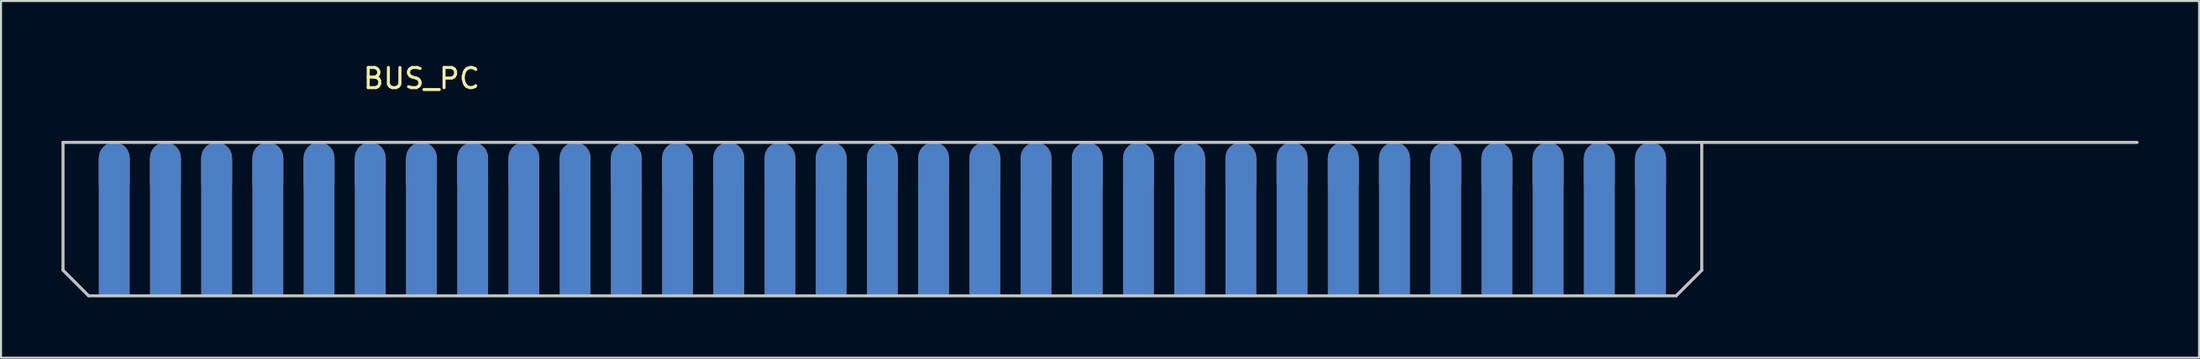
<source format=kicad_pcb>
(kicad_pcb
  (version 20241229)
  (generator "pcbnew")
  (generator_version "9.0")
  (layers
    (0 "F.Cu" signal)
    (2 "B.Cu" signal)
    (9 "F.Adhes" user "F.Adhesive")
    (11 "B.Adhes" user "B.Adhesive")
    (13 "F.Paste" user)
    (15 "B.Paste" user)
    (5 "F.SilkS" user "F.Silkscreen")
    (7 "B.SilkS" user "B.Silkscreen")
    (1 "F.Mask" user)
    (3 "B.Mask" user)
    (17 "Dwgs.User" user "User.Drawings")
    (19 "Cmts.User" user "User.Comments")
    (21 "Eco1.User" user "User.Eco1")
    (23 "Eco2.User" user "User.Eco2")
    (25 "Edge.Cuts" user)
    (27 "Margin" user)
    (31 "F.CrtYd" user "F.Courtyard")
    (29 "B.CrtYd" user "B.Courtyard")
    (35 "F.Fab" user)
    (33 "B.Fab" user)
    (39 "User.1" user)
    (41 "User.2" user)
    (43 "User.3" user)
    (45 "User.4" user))
  (footprint "BUS_PC"
    (layer "F.Cu")
    (at 40.716 7.833)
    (property "Reference" "BUS_PC" (at -22.86 -6.985 0) (layer "F.SilkS") (effects (font (size 1 1) (thickness 0.15))))
    (attr through_hole)
    (fp_line (start -38.1 -3.048) (end -38.1 -1.778) (stroke (width 1.524) (type solid)) (layer "F.Cu"))
    (fp_line (start -35.56 -3.048) (end -35.56 -1.778) (stroke (width 1.524) (type solid)) (layer "F.Cu"))
    (fp_line (start -33.02 -3.048) (end -33.02 -1.778) (stroke (width 1.524) (type solid)) (layer "F.Cu"))
    (fp_line (start -30.48 -3.048) (end -30.48 -1.778) (stroke (width 1.524) (type solid)) (layer "F.Cu"))
    (fp_line (start -27.94 -3.048) (end -27.94 -1.778) (stroke (width 1.524) (type solid)) (layer "F.Cu"))
    (fp_line (start -25.4 -3.048) (end -25.4 -1.778) (stroke (width 1.524) (type solid)) (layer "F.Cu"))
    (fp_line (start -22.86 -3.048) (end -22.86 -1.778) (stroke (width 1.524) (type solid)) (layer "F.Cu"))
    (fp_line (start -20.32 -3.048) (end -20.32 -1.778) (stroke (width 1.524) (type solid)) (layer "F.Cu"))
    (fp_line (start -17.78 -3.048) (end -17.78 -1.778) (stroke (width 1.524) (type solid)) (layer "F.Cu"))
    (fp_line (start -15.24 -3.048) (end -15.24 -1.778) (stroke (width 1.524) (type solid)) (layer "F.Cu"))
    (fp_line (start -12.7 -3.048) (end -12.7 -1.778) (stroke (width 1.524) (type solid)) (layer "F.Cu"))
    (fp_line (start -10.16 -3.048) (end -10.16 -1.778) (stroke (width 1.524) (type solid)) (layer "F.Cu"))
    (fp_line (start -7.62 -3.048) (end -7.62 -1.778) (stroke (width 1.524) (type solid)) (layer "F.Cu"))
    (fp_line (start -5.08 -3.048) (end -5.08 -1.778) (stroke (width 1.524) (type solid)) (layer "F.Cu"))
    (fp_line (start -2.54 -3.048) (end -2.54 -1.778) (stroke (width 1.524) (type solid)) (layer "F.Cu"))
    (fp_line (start 0 -3.048) (end 0 -1.778) (stroke (width 1.524) (type solid)) (layer "F.Cu"))
    (fp_line (start 2.54 -3.048) (end 2.54 -1.778) (stroke (width 1.524) (type solid)) (layer "F.Cu"))
    (fp_line (start 5.08 -3.048) (end 5.08 -1.778) (stroke (width 1.524) (type solid)) (layer "F.Cu"))
    (fp_line (start 7.62 -3.048) (end 7.62 -1.778) (stroke (width 1.524) (type solid)) (layer "F.Cu"))
    (fp_line (start 10.16 -3.048) (end 10.16 -1.778) (stroke (width 1.524) (type solid)) (layer "F.Cu"))
    (fp_line (start 12.7 -3.048) (end 12.7 -1.778) (stroke (width 1.524) (type solid)) (layer "F.Cu"))
    (fp_line (start 15.24 -3.048) (end 15.24 -1.778) (stroke (width 1.524) (type solid)) (layer "F.Cu"))
    (fp_line (start 17.78 -3.048) (end 17.78 -1.778) (stroke (width 1.524) (type solid)) (layer "F.Cu"))
    (fp_line (start 20.32 -3.048) (end 20.32 -1.778) (stroke (width 1.524) (type solid)) (layer "F.Cu"))
    (fp_line (start 22.86 -3.048) (end 22.86 -1.778) (stroke (width 1.524) (type solid)) (layer "F.Cu"))
    (fp_line (start 25.4 -3.048) (end 25.4 -1.778) (stroke (width 1.524) (type solid)) (layer "F.Cu"))
    (fp_line (start 27.94 -3.048) (end 27.94 -1.778) (stroke (width 1.524) (type solid)) (layer "F.Cu"))
    (fp_line (start 30.48 -3.048) (end 30.48 -1.778) (stroke (width 1.524) (type solid)) (layer "F.Cu"))
    (fp_line (start 33.02 -3.048) (end 33.02 -1.778) (stroke (width 1.524) (type solid)) (layer "F.Cu"))
    (fp_line (start 35.56 -3.048) (end 35.56 -1.778) (stroke (width 1.524) (type solid)) (layer "F.Cu"))
    (fp_line (start 38.1 -3.048) (end 38.1 -1.778) (stroke (width 1.524) (type solid)) (layer "F.Cu"))
    (fp_line (start -38.1 -3.048) (end -38.1 -1.778) (stroke (width 1.524) (type solid)) (layer "B.Cu"))
    (fp_line (start -35.56 -3.048) (end -35.56 -1.778) (stroke (width 1.524) (type solid)) (layer "B.Cu"))
    (fp_line (start -33.02 -3.048) (end -33.02 -1.778) (stroke (width 1.524) (type solid)) (layer "B.Cu"))
    (fp_line (start -30.48 -3.048) (end -30.48 -1.778) (stroke (width 1.524) (type solid)) (layer "B.Cu"))
    (fp_line (start -27.94 -3.048) (end -27.94 -1.778) (stroke (width 1.524) (type solid)) (layer "B.Cu"))
    (fp_line (start -25.4 -3.048) (end -25.4 -1.778) (stroke (width 1.524) (type solid)) (layer "B.Cu"))
    (fp_line (start -22.86 -3.048) (end -22.86 -1.778) (stroke (width 1.524) (type solid)) (layer "B.Cu"))
    (fp_line (start -20.32 -3.048) (end -20.32 -1.778) (stroke (width 1.524) (type solid)) (layer "B.Cu"))
    (fp_line (start -17.78 -3.048) (end -17.78 -1.778) (stroke (width 1.524) (type solid)) (layer "B.Cu"))
    (fp_line (start -15.24 -3.048) (end -15.24 -1.778) (stroke (width 1.524) (type solid)) (layer "B.Cu"))
    (fp_line (start -12.7 -3.048) (end -12.7 -1.778) (stroke (width 1.524) (type solid)) (layer "B.Cu"))
    (fp_line (start -10.16 -3.048) (end -10.16 -1.778) (stroke (width 1.524) (type solid)) (layer "B.Cu"))
    (fp_line (start -7.62 -3.048) (end -7.62 -1.778) (stroke (width 1.524) (type solid)) (layer "B.Cu"))
    (fp_line (start -5.08 -3.048) (end -5.08 -1.778) (stroke (width 1.524) (type solid)) (layer "B.Cu"))
    (fp_line (start -2.54 -3.048) (end -2.54 -1.778) (stroke (width 1.524) (type solid)) (layer "B.Cu"))
    (fp_line (start 0 -3.048) (end 0 -1.778) (stroke (width 1.524) (type solid)) (layer "B.Cu"))
    (fp_line (start 2.54 -3.048) (end 2.54 -1.778) (stroke (width 1.524) (type solid)) (layer "B.Cu"))
    (fp_line (start 5.08 -3.048) (end 5.08 -1.778) (stroke (width 1.524) (type solid)) (layer "B.Cu"))
    (fp_line (start 7.62 -3.048) (end 7.62 -1.778) (stroke (width 1.524) (type solid)) (layer "B.Cu"))
    (fp_line (start 10.16 -3.048) (end 10.16 -1.778) (stroke (width 1.524) (type solid)) (layer "B.Cu"))
    (fp_line (start 12.7 -3.048) (end 12.7 -1.778) (stroke (width 1.524) (type solid)) (layer "B.Cu"))
    (fp_line (start 15.24 -3.048) (end 15.24 -1.778) (stroke (width 1.524) (type solid)) (layer "B.Cu"))
    (fp_line (start 17.78 -3.048) (end 17.78 -1.778) (stroke (width 1.524) (type solid)) (layer "B.Cu"))
    (fp_line (start 20.32 -3.048) (end 20.32 -1.778) (stroke (width 1.524) (type solid)) (layer "B.Cu"))
    (fp_line (start 22.86 -3.048) (end 22.86 -1.778) (stroke (width 1.524) (type solid)) (layer "B.Cu"))
    (fp_line (start 25.4 -3.048) (end 25.4 -1.778) (stroke (width 1.524) (type solid)) (layer "B.Cu"))
    (fp_line (start 27.94 -3.048) (end 27.94 -1.778) (stroke (width 1.524) (type solid)) (layer "B.Cu"))
    (fp_line (start 30.48 -3.048) (end 30.48 -1.778) (stroke (width 1.524) (type solid)) (layer "B.Cu"))
    (fp_line (start 33.02 -3.048) (end 33.02 -1.778) (stroke (width 1.524) (type solid)) (layer "B.Cu"))
    (fp_line (start 35.56 -3.048) (end 35.56 -1.778) (stroke (width 1.524) (type solid)) (layer "B.Cu"))
    (fp_line (start 38.1 -3.048) (end 38.1 -1.778) (stroke (width 1.524) (type solid)) (layer "B.Cu"))
    (fp_line (start -40.64 -3.81) (end 40.64 -3.81) (stroke (width 0.15) (type solid)) (layer "Dwgs.User"))
    (fp_line (start -40.64 2.54) (end -40.64 -3.81) (stroke (width 0.15) (type solid)) (layer "Dwgs.User"))
    (fp_line (start -39.37 3.81) (end -40.64 2.54) (stroke (width 0.152) (type solid)) (layer "Dwgs.User"))
    (fp_line (start 39.37 3.81) (end -39.37 3.81) (stroke (width 0.15) (type solid)) (layer "Dwgs.User"))
    (fp_line (start 40.64 -3.81) (end 40.64 2.54) (stroke (width 0.15) (type solid)) (layer "Dwgs.User"))
    (fp_line (start 40.64 2.54) (end 39.37 3.81) (stroke (width 0.152) (type solid)) (layer "Dwgs.User"))
    (fp_line (start 62.23 -3.81) (end 40.64 -3.81) (stroke (width 0.152) (type solid)) (layer "Dwgs.User"))
    (pad "1" connect rect (at 38.1 0.381) (size 1.524 6.858) (layers "B.Cu" "B.Mask"))
    (pad "2" connect rect (at 35.56 0.381) (size 1.524 6.858) (layers "B.Cu" "B.Mask"))
    (pad "3" connect rect (at 33.02 0.381) (size 1.524 6.858) (layers "B.Cu" "B.Mask"))
    (pad "4" connect rect (at 30.48 0.381) (size 1.524 6.858) (layers "B.Cu" "B.Mask"))
    (pad "5" connect rect (at 27.94 0.381) (size 1.524 6.858) (layers "B.Cu" "B.Mask"))
    (pad "6" connect rect (at 25.4 0.381) (size 1.524 6.858) (layers "B.Cu" "B.Mask"))
    (pad "7" connect rect (at 22.86 0.381) (size 1.524 6.858) (layers "B.Cu" "B.Mask"))
    (pad "8" connect rect (at 20.32 0.381) (size 1.524 6.858) (layers "B.Cu" "B.Mask"))
    (pad "9" connect rect (at 17.78 0.381) (size 1.524 6.858) (layers "B.Cu" "B.Mask"))
    (pad "10" connect rect (at 15.24 0.381) (size 1.524 6.858) (layers "B.Cu" "B.Mask"))
    (pad "11" connect rect (at 12.7 0.381) (size 1.524 6.858) (layers "B.Cu" "B.Mask"))
    (pad "12" connect rect (at 10.16 0.381) (size 1.524 6.858) (layers "B.Cu" "B.Mask"))
    (pad "13" connect rect (at 7.62 0.381) (size 1.524 6.858) (layers "B.Cu" "B.Mask"))
    (pad "14" connect rect (at 5.08 0.381) (size 1.524 6.858) (layers "B.Cu" "B.Mask"))
    (pad "15" connect rect (at 2.54 0.381) (size 1.524 6.858) (layers "B.Cu" "B.Mask"))
    (pad "16" connect rect (at 0 0.381) (size 1.524 6.858) (layers "B.Cu" "B.Mask"))
    (pad "17" connect rect (at -2.54 0.381) (size 1.524 6.858) (layers "B.Cu" "B.Mask"))
    (pad "18" connect rect (at -5.08 0.381) (size 1.524 6.858) (layers "B.Cu" "B.Mask"))
    (pad "19" connect rect (at -7.62 0.381) (size 1.524 6.858) (layers "B.Cu" "B.Mask"))
    (pad "20" connect rect (at -10.16 0.381) (size 1.524 6.858) (layers "B.Cu" "B.Mask"))
    (pad "21" connect rect (at -12.7 0.381) (size 1.524 6.858) (layers "B.Cu" "B.Mask"))
    (pad "22" connect rect (at -15.24 0.381) (size 1.524 6.858) (layers "B.Cu" "B.Mask"))
    (pad "23" connect rect (at -17.78 0.381) (size 1.524 6.858) (layers "B.Cu" "B.Mask"))
    (pad "24" connect rect (at -20.32 0.381) (size 1.524 6.858) (layers "B.Cu" "B.Mask"))
    (pad "25" connect rect (at -22.86 0.381) (size 1.524 6.858) (layers "B.Cu" "B.Mask"))
    (pad "26" connect rect (at -25.4 0.381) (size 1.524 6.858) (layers "B.Cu" "B.Mask"))
    (pad "27" connect rect (at -27.94 0.381) (size 1.524 6.858) (layers "B.Cu" "B.Mask"))
    (pad "28" connect rect (at -30.48 0.381) (size 1.524 6.858) (layers "B.Cu" "B.Mask"))
    (pad "29" connect rect (at -33.02 0.381) (size 1.524 6.858) (layers "B.Cu" "B.Mask"))
    (pad "30" connect rect (at -35.56 0.381) (size 1.524 6.858) (layers "B.Cu" "B.Mask"))
    (pad "31" connect rect (at -38.1 0.381) (size 1.524 6.858) (layers "B.Cu" "B.Mask"))
    (pad "32" connect rect (at 38.1 0.381) (size 1.524 6.858) (layers "F.Cu" "F.Mask"))
    (pad "33" connect rect (at 35.56 0.381) (size 1.524 6.858) (layers "F.Cu" "F.Mask"))
    (pad "34" connect rect (at 33.02 0.381) (size 1.524 6.858) (layers "F.Cu" "F.Mask"))
    (pad "35" connect rect (at 30.48 0.381) (size 1.524 6.858) (layers "F.Cu" "F.Mask"))
    (pad "36" connect rect (at 27.94 0.381) (size 1.524 6.858) (layers "F.Cu" "F.Mask"))
    (pad "37" connect rect (at 25.4 0.381) (size 1.524 6.858) (layers "F.Cu" "F.Mask"))
    (pad "38" connect rect (at 22.86 0.381) (size 1.524 6.858) (layers "F.Cu" "F.Mask"))
    (pad "39" connect rect (at 20.32 0.381) (size 1.524 6.858) (layers "F.Cu" "F.Mask"))
    (pad "40" connect rect (at 17.78 0.381) (size 1.524 6.858) (layers "F.Cu" "F.Mask"))
    (pad "41" connect rect (at 15.24 0.381) (size 1.524 6.858) (layers "F.Cu" "F.Mask"))
    (pad "42" connect rect (at 12.7 0.381) (size 1.524 6.858) (layers "F.Cu" "F.Mask"))
    (pad "43" connect rect (at 10.16 0.381) (size 1.524 6.858) (layers "F.Cu" "F.Mask"))
    (pad "44" connect rect (at 7.62 0.381) (size 1.524 6.858) (layers "F.Cu" "F.Mask"))
    (pad "45" connect rect (at 5.08 0.381) (size 1.524 6.858) (layers "F.Cu" "F.Mask"))
    (pad "46" connect rect (at 2.54 0.381) (size 1.524 6.858) (layers "F.Cu" "F.Mask"))
    (pad "47" connect rect (at 0 0.381) (size 1.524 6.858) (layers "F.Cu" "F.Mask"))
    (pad "48" connect rect (at -2.54 0.381) (size 1.524 6.858) (layers "F.Cu" "F.Mask"))
    (pad "49" connect rect (at -5.08 0.381) (size 1.524 6.858) (layers "F.Cu" "F.Mask"))
    (pad "50" connect rect (at -7.62 0.381) (size 1.524 6.858) (layers "F.Cu" "F.Mask"))
    (pad "51" connect rect (at -10.16 0.381) (size 1.524 6.858) (layers "F.Cu" "F.Mask"))
    (pad "52" connect rect (at -12.7 0.381) (size 1.524 6.858) (layers "F.Cu" "F.Mask"))
    (pad "53" connect rect (at -15.24 0.381) (size 1.524 6.858) (layers "F.Cu" "F.Mask"))
    (pad "54" connect rect (at -17.78 0.381) (size 1.524 6.858) (layers "F.Cu" "F.Mask"))
    (pad "55" connect rect (at -20.32 0.381) (size 1.524 6.858) (layers "F.Cu" "F.Mask"))
    (pad "56" connect rect (at -22.86 0.381) (size 1.524 6.858) (layers "F.Cu" "F.Mask"))
    (pad "57" connect rect (at -25.4 0.381) (size 1.524 6.858) (layers "F.Cu" "F.Mask"))
    (pad "58" connect rect (at -27.94 0.381) (size 1.524 6.858) (layers "F.Cu" "F.Mask"))
    (pad "59" connect rect (at -30.48 0.381) (size 1.524 6.858) (layers "F.Cu" "F.Mask"))
    (pad "60" connect rect (at -33.02 0.381) (size 1.524 6.858) (layers "F.Cu" "F.Mask"))
    (pad "61" connect rect (at -35.56 0.381) (size 1.524 6.858) (layers "F.Cu" "F.Mask"))
    (pad "62" connect rect (at -38.1 0.381) (size 1.524 6.858) (layers "F.Cu" "F.Mask")))
  (gr_rect
    (start -3 -3)
    (end 106.022 14.719)
    (stroke (width 0.1) (type default))
    (fill no)
    (layer "Edge.Cuts")))
</source>
